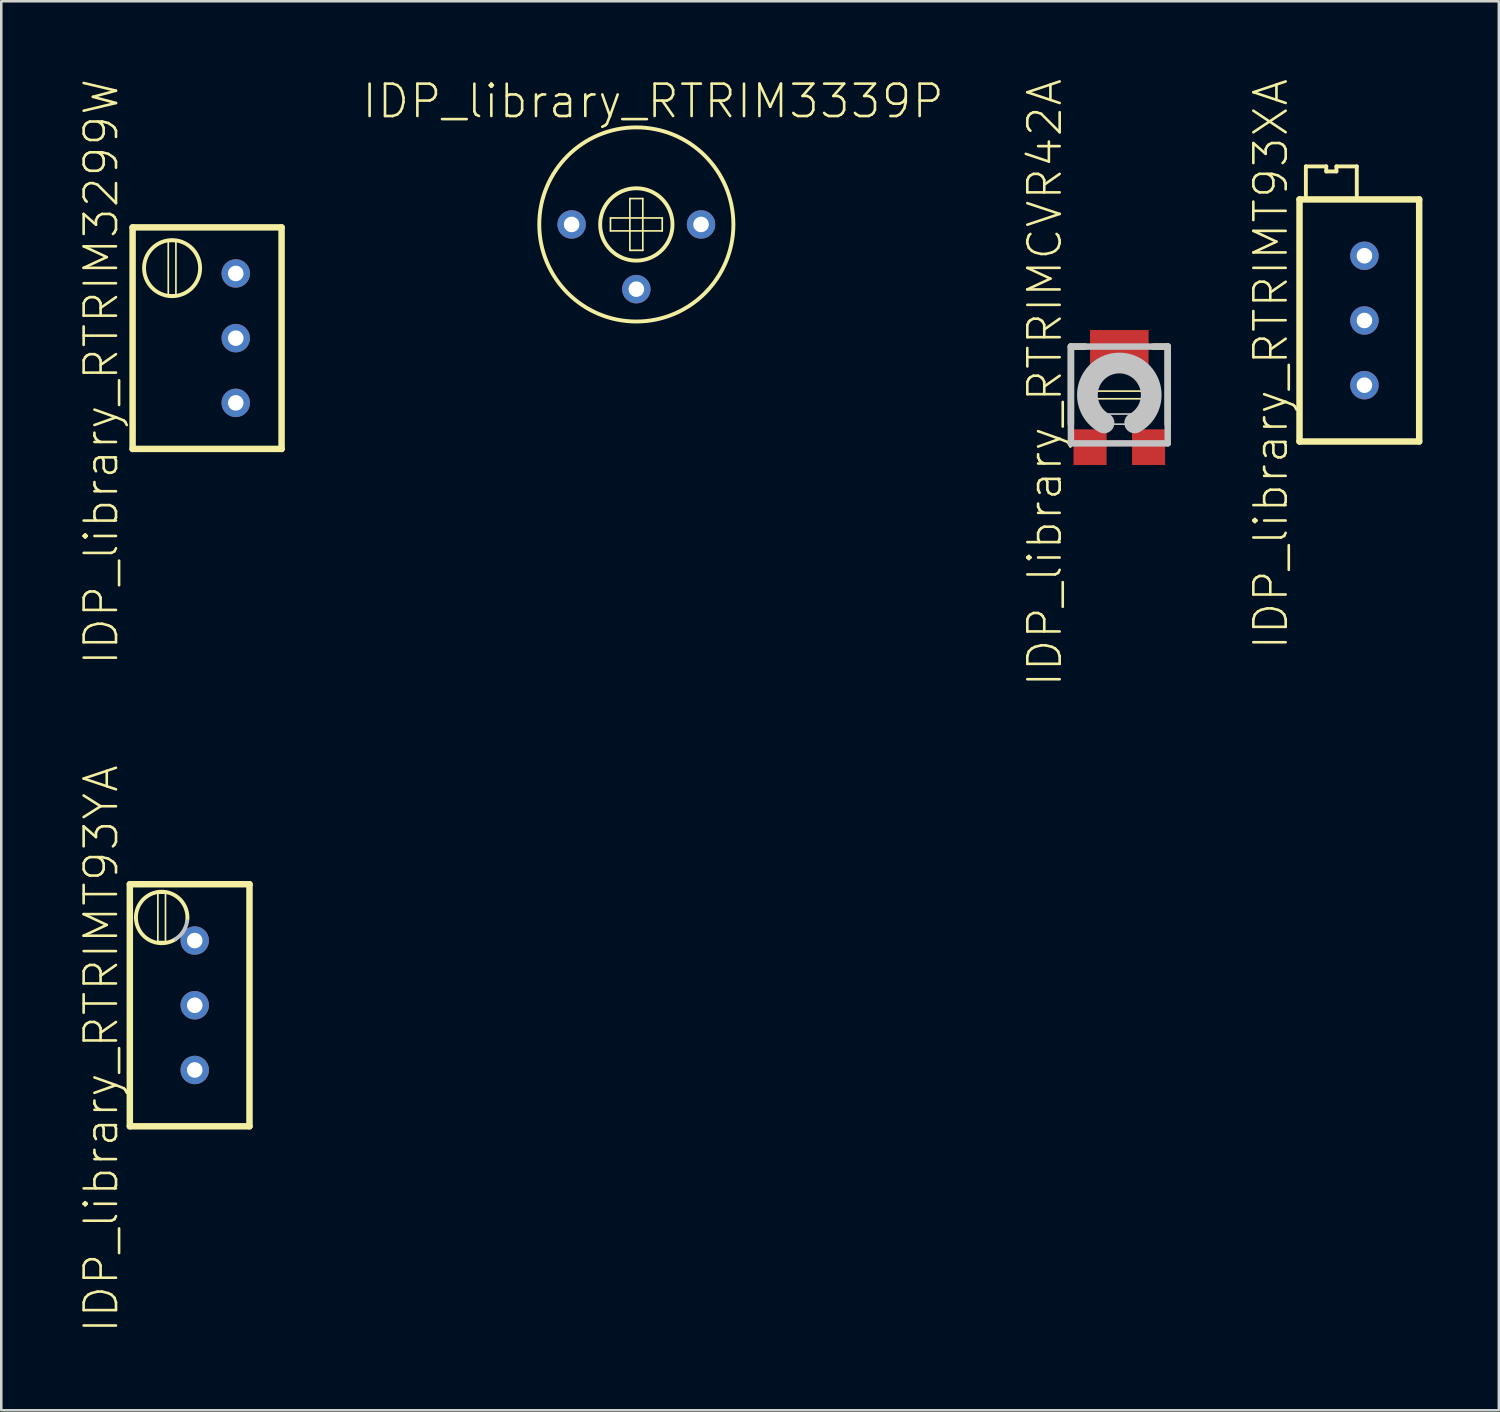
<source format=kicad_pcb>
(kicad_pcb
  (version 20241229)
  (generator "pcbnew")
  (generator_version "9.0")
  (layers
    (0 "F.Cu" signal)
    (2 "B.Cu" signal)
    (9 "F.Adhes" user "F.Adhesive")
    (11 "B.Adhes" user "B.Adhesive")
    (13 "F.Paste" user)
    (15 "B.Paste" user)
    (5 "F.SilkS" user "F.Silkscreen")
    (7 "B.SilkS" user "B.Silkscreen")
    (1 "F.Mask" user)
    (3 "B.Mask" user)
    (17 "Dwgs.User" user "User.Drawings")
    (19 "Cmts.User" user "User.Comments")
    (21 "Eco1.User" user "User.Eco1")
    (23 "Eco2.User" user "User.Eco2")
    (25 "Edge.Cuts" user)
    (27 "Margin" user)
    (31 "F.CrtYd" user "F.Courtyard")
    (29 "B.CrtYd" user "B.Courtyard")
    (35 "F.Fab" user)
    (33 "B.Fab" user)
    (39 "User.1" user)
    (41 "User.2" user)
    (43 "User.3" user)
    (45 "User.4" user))
  (footprint "IDP_library_RTRIM3299W"
    (layer "F.Cu")
    (at 4.934 10.223)
    (property "Reference" "IDP_library_RTRIM3299W" (at -4.013 1.323 90) (layer "F.SilkS") (effects (font (size 1.27 1.27) (thickness 0.102))))
    (attr exclude_from_pos_files exclude_from_bom)
    (fp_line (start -2.779 -4.348) (end 3.068 -4.348) (stroke (width 0.254) (type solid)) (layer "F.SilkS"))
    (fp_line (start -2.779 4.348) (end -2.779 -4.348) (stroke (width 0.254) (type solid)) (layer "F.SilkS"))
    (fp_line (start -1.379 -3.8) (end -1.079 -3.8) (stroke (width 0.066) (type solid)) (layer "F.SilkS"))
    (fp_line (start -1.379 -1.699) (end -1.379 -3.8) (stroke (width 0.066) (type solid)) (layer "F.SilkS"))
    (fp_line (start -1.379 -1.699) (end -1.079 -1.699) (stroke (width 0.066) (type solid)) (layer "F.SilkS"))
    (fp_line (start -1.079 -1.699) (end -1.079 -3.8) (stroke (width 0.066) (type solid)) (layer "F.SilkS"))
    (fp_line (start 3.068 -4.348) (end 3.068 4.348) (stroke (width 0.254) (type solid)) (layer "F.SilkS"))
    (fp_line (start 3.068 4.348) (end -2.779 4.348) (stroke (width 0.254) (type solid)) (layer "F.SilkS"))
    (fp_circle (center -1.229 -2.748) (end -1.229 -3.848) (stroke (width 0.152) (type solid)) (fill no) (layer "F.SilkS"))
    (pad "1" thru_hole circle (at 1.27 2.54) (size 1.118 1.118) (drill 0.61) (layers "*.Cu" "*.Paste" "*.Mask"))
    (pad "2" thru_hole circle (at 1.27 0) (size 1.118 1.118) (drill 0.61) (layers "*.Cu" "*.Paste" "*.Mask"))
    (pad "3" thru_hole circle (at 1.27 -2.54) (size 1.118 1.118) (drill 0.61) (layers "*.Cu" "*.Paste" "*.Mask")))
  (footprint "IDP_library_RTRIM3339P"
    (layer "F.Cu")
    (at 21.927 5.76)
    (property "Reference" "IDP_library_RTRIM3339P" (at 0.658 -4.839 0) (layer "F.SilkS") (effects (font (size 1.27 1.27) (thickness 0.102))))
    (attr exclude_from_pos_files exclude_from_bom)
    (fp_line (start -1.016 -0.254) (end 1.016 -0.254) (stroke (width 0.066) (type solid)) (layer "F.SilkS"))
    (fp_line (start -1.016 0.254) (end -1.016 -0.254) (stroke (width 0.066) (type solid)) (layer "F.SilkS"))
    (fp_line (start -1.016 0.254) (end 1.016 0.254) (stroke (width 0.066) (type solid)) (layer "F.SilkS"))
    (fp_line (start -0.254 -1.016) (end 0.254 -1.016) (stroke (width 0.066) (type solid)) (layer "F.SilkS"))
    (fp_line (start -0.254 1.016) (end -0.254 -1.016) (stroke (width 0.066) (type solid)) (layer "F.SilkS"))
    (fp_line (start -0.254 1.016) (end 0.254 1.016) (stroke (width 0.066) (type solid)) (layer "F.SilkS"))
    (fp_line (start 0.254 1.016) (end 0.254 -1.016) (stroke (width 0.066) (type solid)) (layer "F.SilkS"))
    (fp_line (start 1.016 0.254) (end 1.016 -0.254) (stroke (width 0.066) (type solid)) (layer "F.SilkS"))
    (fp_circle (center 0 0) (end 0 -3.81) (stroke (width 0.152) (type solid)) (fill no) (layer "F.SilkS"))
    (fp_circle (center 0 0) (end 0 -1.42) (stroke (width 0.152) (type solid)) (fill no) (layer "F.SilkS"))
    (pad "1" thru_hole circle (at -2.54 0) (size 1.118 1.118) (drill 0.61) (layers "*.Cu" "*.Paste" "*.Mask"))
    (pad "2" thru_hole circle (at 0 2.54) (size 1.118 1.118) (drill 0.61) (layers "*.Cu" "*.Paste" "*.Mask"))
    (pad "3" thru_hole circle (at 2.54 0) (size 1.118 1.118) (drill 0.61) (layers "*.Cu" "*.Paste" "*.Mask")))
  (footprint "IDP_library_RTRIMCVR42A"
    (layer "F.Cu")
    (at 40.885 12.452)
    (property "Reference" "IDP_library_RTRIMCVR42A" (at -2.924 -0.483 90) (layer "F.SilkS") (effects (font (size 1.27 1.27) (thickness 0.102))))
    (attr smd)
    (fp_line (start -1.9 -1.9) (end -1.349 -1.9) (stroke (width 0.254) (type solid)) (layer "F.SilkS"))
    (fp_line (start -1.9 1.148) (end -1.9 -1.9) (stroke (width 0.254) (type solid)) (layer "F.SilkS"))
    (fp_line (start -1.049 -0.15) (end 1.049 -0.15) (stroke (width 0.066) (type solid)) (layer "F.SilkS"))
    (fp_line (start -1.049 0.15) (end -1.049 -0.15) (stroke (width 0.066) (type solid)) (layer "F.SilkS"))
    (fp_line (start -1.049 0.15) (end 1.049 0.15) (stroke (width 0.066) (type solid)) (layer "F.SilkS"))
    (fp_line (start 1.049 0.15) (end 1.049 -0.15) (stroke (width 0.066) (type solid)) (layer "F.SilkS"))
    (fp_line (start 1.9 -1.9) (end 1.349 -1.9) (stroke (width 0.254) (type solid)) (layer "F.SilkS"))
    (fp_line (start 1.9 1.148) (end 1.9 -1.9) (stroke (width 0.254) (type solid)) (layer "F.SilkS"))
    (fp_line (start -1.9 -1.9) (end -1.9 1.9) (stroke (width 0.254) (type solid)) (layer "Dwgs.User"))
    (fp_line (start -1.9 1.9) (end 1.9 1.9) (stroke (width 0.254) (type solid)) (layer "Dwgs.User"))
    (fp_line (start -0.648 0.749) (end 0.648 0.749) (stroke (width 0.066) (type solid)) (layer "Dwgs.User"))
    (fp_line (start -0.648 1.148) (end -0.648 0.749) (stroke (width 0.066) (type solid)) (layer "Dwgs.User"))
    (fp_line (start -0.648 1.148) (end 0.648 1.148) (stroke (width 0.066) (type solid)) (layer "Dwgs.User"))
    (fp_line (start 0.648 1.148) (end 0.648 0.749) (stroke (width 0.066) (type solid)) (layer "Dwgs.User"))
    (fp_line (start 1.9 -1.9) (end -1.9 -1.9) (stroke (width 0.254) (type solid)) (layer "Dwgs.User"))
    (fp_line (start 1.9 1.9) (end 1.9 -1.9) (stroke (width 0.254) (type solid)) (layer "Dwgs.User"))
    (fp_arc (start -0.59944 1.09982) (mid -0.00127 -1.25257) (end 0.601669 1.098602) (stroke (width 0.8128) (type solid)) (layer "Dwgs.User"))
    (pad "1" smd rect (at -1.148 2.05) (size 1.298 1.4) (layers "F.Cu" "F.Mask" "F.Paste"))
    (pad "2" smd rect (at 0 -1.798) (size 2.299 1.499) (layers "F.Cu" "F.Mask" "F.Paste"))
    (pad "3" smd rect (at 1.148 2.05) (size 1.298 1.4) (layers "F.Cu" "F.Mask" "F.Paste")))
  (footprint "IDP_library_RTRIMT93YA"
    (layer "F.Cu")
    (at 4.594 36.408)
    (property "Reference" "IDP_library_RTRIMT93YA" (at -3.673 1.714 90) (layer "F.SilkS") (effects (font (size 1.27 1.27) (thickness 0.102))))
    (attr exclude_from_pos_files exclude_from_bom)
    (fp_line (start -2.548 -4.75) (end -2.548 4.75) (stroke (width 0.254) (type solid)) (layer "F.SilkS"))
    (fp_line (start -2.548 4.75) (end 2.149 4.75) (stroke (width 0.254) (type solid)) (layer "F.SilkS"))
    (fp_line (start -1.448 -4.399) (end -1.148 -4.399) (stroke (width 0.066) (type solid)) (layer "F.SilkS"))
    (fp_line (start -1.448 -2.499) (end -1.448 -4.399) (stroke (width 0.066) (type solid)) (layer "F.SilkS"))
    (fp_line (start -1.448 -2.499) (end -1.148 -2.499) (stroke (width 0.066) (type solid)) (layer "F.SilkS"))
    (fp_line (start -1.148 -2.499) (end -1.148 -4.399) (stroke (width 0.066) (type solid)) (layer "F.SilkS"))
    (fp_line (start 2.149 -4.75) (end -2.548 -4.75) (stroke (width 0.254) (type solid)) (layer "F.SilkS"))
    (fp_line (start 2.149 4.75) (end 2.149 -4.75) (stroke (width 0.254) (type solid)) (layer "F.SilkS"))
    (fp_arc (start -0.7493 -2.59842) (mid -2.147562 -3.993463) (end -0.298494 -3.299035) (stroke (width 0.1524) (type solid)) (layer "F.SilkS"))
    (fp_arc (start -0.29972 -3.29946) (mid -0.448783 -2.90173) (end -0.748312 -2.60058) (stroke (width 0.1524) (type solid)) (layer "Dwgs.User"))
    (pad "1" thru_hole circle (at 0 2.54) (size 1.118 1.118) (drill 0.61) (layers "*.Cu" "*.Paste" "*.Mask"))
    (pad "2" thru_hole circle (at 0 0) (size 1.118 1.118) (drill 0.61) (layers "*.Cu" "*.Paste" "*.Mask"))
    (pad "3" thru_hole circle (at 0 -2.54) (size 1.118 1.118) (drill 0.61) (layers "*.Cu" "*.Paste" "*.Mask")))
  (footprint "IDP_library_RTRIMT93XA"
    (layer "F.Cu")
    (at 50.506 9.529)
    (property "Reference" "IDP_library_RTRIMT93XA" (at -3.673 1.714 90) (layer "F.SilkS") (effects (font (size 1.27 1.27) (thickness 0.102))))
    (attr exclude_from_pos_files exclude_from_bom)
    (fp_line (start -2.548 -4.75) (end -2.548 4.75) (stroke (width 0.254) (type solid)) (layer "F.SilkS"))
    (fp_line (start -2.548 4.75) (end 2.149 4.75) (stroke (width 0.254) (type solid)) (layer "F.SilkS"))
    (fp_line (start -2.299 -6.048) (end -2.299 -4.9) (stroke (width 0.152) (type solid)) (layer "F.SilkS"))
    (fp_line (start -1.499 -6.048) (end -2.299 -6.048) (stroke (width 0.152) (type solid)) (layer "F.SilkS"))
    (fp_line (start -1.499 -5.85) (end -1.499 -6.048) (stroke (width 0.152) (type solid)) (layer "F.SilkS"))
    (fp_line (start -1.1 -6.048) (end -1.1 -5.85) (stroke (width 0.152) (type solid)) (layer "F.SilkS"))
    (fp_line (start -1.1 -5.85) (end -1.499 -5.85) (stroke (width 0.152) (type solid)) (layer "F.SilkS"))
    (fp_line (start -0.3 -6.048) (end -1.1 -6.048) (stroke (width 0.152) (type solid)) (layer "F.SilkS"))
    (fp_line (start -0.3 -4.9) (end -0.3 -6.048) (stroke (width 0.152) (type solid)) (layer "F.SilkS"))
    (fp_line (start 2.149 -4.75) (end -2.548 -4.75) (stroke (width 0.254) (type solid)) (layer "F.SilkS"))
    (fp_line (start 2.149 4.75) (end 2.149 -4.75) (stroke (width 0.254) (type solid)) (layer "F.SilkS"))
    (pad "1" thru_hole circle (at 0 2.54) (size 1.118 1.118) (drill 0.61) (layers "*.Cu" "*.Paste" "*.Mask"))
    (pad "2" thru_hole circle (at 0 0) (size 1.118 1.118) (drill 0.61) (layers "*.Cu" "*.Paste" "*.Mask"))
    (pad "3" thru_hole circle (at 0 -2.54) (size 1.118 1.118) (drill 0.61) (layers "*.Cu" "*.Paste" "*.Mask")))
  (gr_rect
    (start -3 -3)
    (end 55.782 52.305)
    (stroke (width 0.1) (type default))
    (fill no)
    (layer "Edge.Cuts")))
</source>
